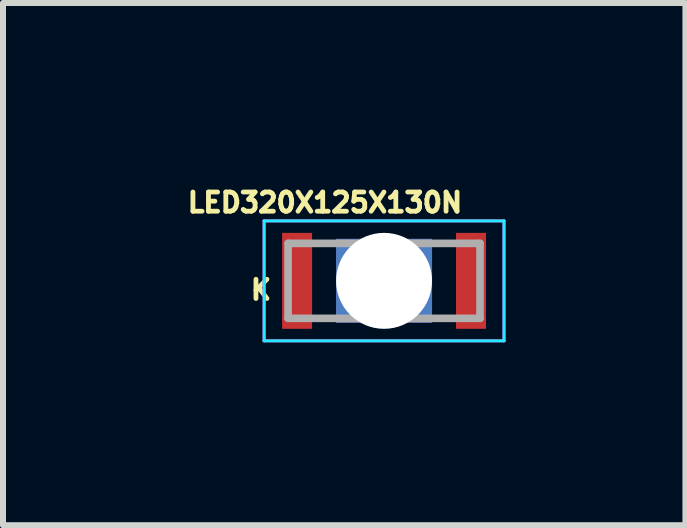
<source format=kicad_pcb>
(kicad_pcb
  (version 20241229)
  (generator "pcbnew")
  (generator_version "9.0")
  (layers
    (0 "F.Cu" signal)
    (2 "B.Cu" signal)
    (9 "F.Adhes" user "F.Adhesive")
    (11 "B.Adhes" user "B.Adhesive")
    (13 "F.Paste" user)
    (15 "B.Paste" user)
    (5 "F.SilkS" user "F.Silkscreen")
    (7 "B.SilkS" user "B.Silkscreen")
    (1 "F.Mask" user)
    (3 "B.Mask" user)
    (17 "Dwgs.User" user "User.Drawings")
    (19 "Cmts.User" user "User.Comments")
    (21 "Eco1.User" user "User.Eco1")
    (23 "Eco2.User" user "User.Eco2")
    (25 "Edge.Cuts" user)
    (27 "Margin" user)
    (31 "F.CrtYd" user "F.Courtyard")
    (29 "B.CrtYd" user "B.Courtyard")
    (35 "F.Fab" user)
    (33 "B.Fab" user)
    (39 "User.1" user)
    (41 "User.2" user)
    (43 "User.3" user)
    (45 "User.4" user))
  (footprint "LED320X125X130N"
    (layer "F.Cu")
    (at 3.354 1.633)
    (property "Reference" "LED320X125X130N" (at -0.985 -1.305 0) (layer "F.SilkS") (effects (font (size 0.32 0.32) (thickness 0.08))))
    (attr smd)
    (fp_line (start -2 -1) (end 2 -1) (stroke (width 0.05) (type solid)) (layer "B.CrtYd"))
    (fp_line (start -2 1) (end -2 -1) (stroke (width 0.05) (type solid)) (layer "B.CrtYd"))
    (fp_line (start 2 -1) (end 2 1) (stroke (width 0.05) (type solid)) (layer "B.CrtYd"))
    (fp_line (start 2 1) (end -2 1) (stroke (width 0.05) (type solid)) (layer "B.CrtYd"))
    (fp_line (start -2 -1) (end 2 -1) (stroke (width 0.05) (type solid)) (layer "F.CrtYd"))
    (fp_line (start -2 1) (end -2 -1) (stroke (width 0.05) (type solid)) (layer "F.CrtYd"))
    (fp_line (start 2 -1) (end 2 1) (stroke (width 0.05) (type solid)) (layer "F.CrtYd"))
    (fp_line (start 2 1) (end -2 1) (stroke (width 0.05) (type solid)) (layer "F.CrtYd"))
    (fp_line (start -1.6 -0.625) (end 1.6 -0.625) (stroke (width 0.127) (type solid)) (layer "F.Fab"))
    (fp_line (start -1.6 0.625) (end -1.6 -0.625) (stroke (width 0.127) (type solid)) (layer "F.Fab"))
    (fp_line (start 1.6 -0.625) (end 1.6 0.625) (stroke (width 0.127) (type solid)) (layer "F.Fab"))
    (fp_line (start 1.6 0.625) (end -1.6 0.625) (stroke (width 0.127) (type solid)) (layer "F.Fab"))
    (fp_text user "K" (at -2.052 0.15 0) (layer "F.SilkS") (effects (font (size 0.32 0.32) (thickness 0.15))))
    (pad "" np_thru_hole rect (at 0 0) (size 1.6 1.4) (drill 2.15) (layers "*.Cu" "*.Mask"))
    (pad "1" smd rect (at 1.45 0 90) (size 1.6 0.5) (layers "F.Cu" "F.Mask" "F.Paste"))
    (pad "2" smd rect (at -1.45 0 90) (size 1.6 0.5) (layers "F.Cu" "F.Mask" "F.Paste")))
  (gr_rect
    (start -3 -3)
    (end 8.379 5.708)
    (stroke (width 0.1) (type default))
    (fill no)
    (layer "Edge.Cuts")))
</source>
